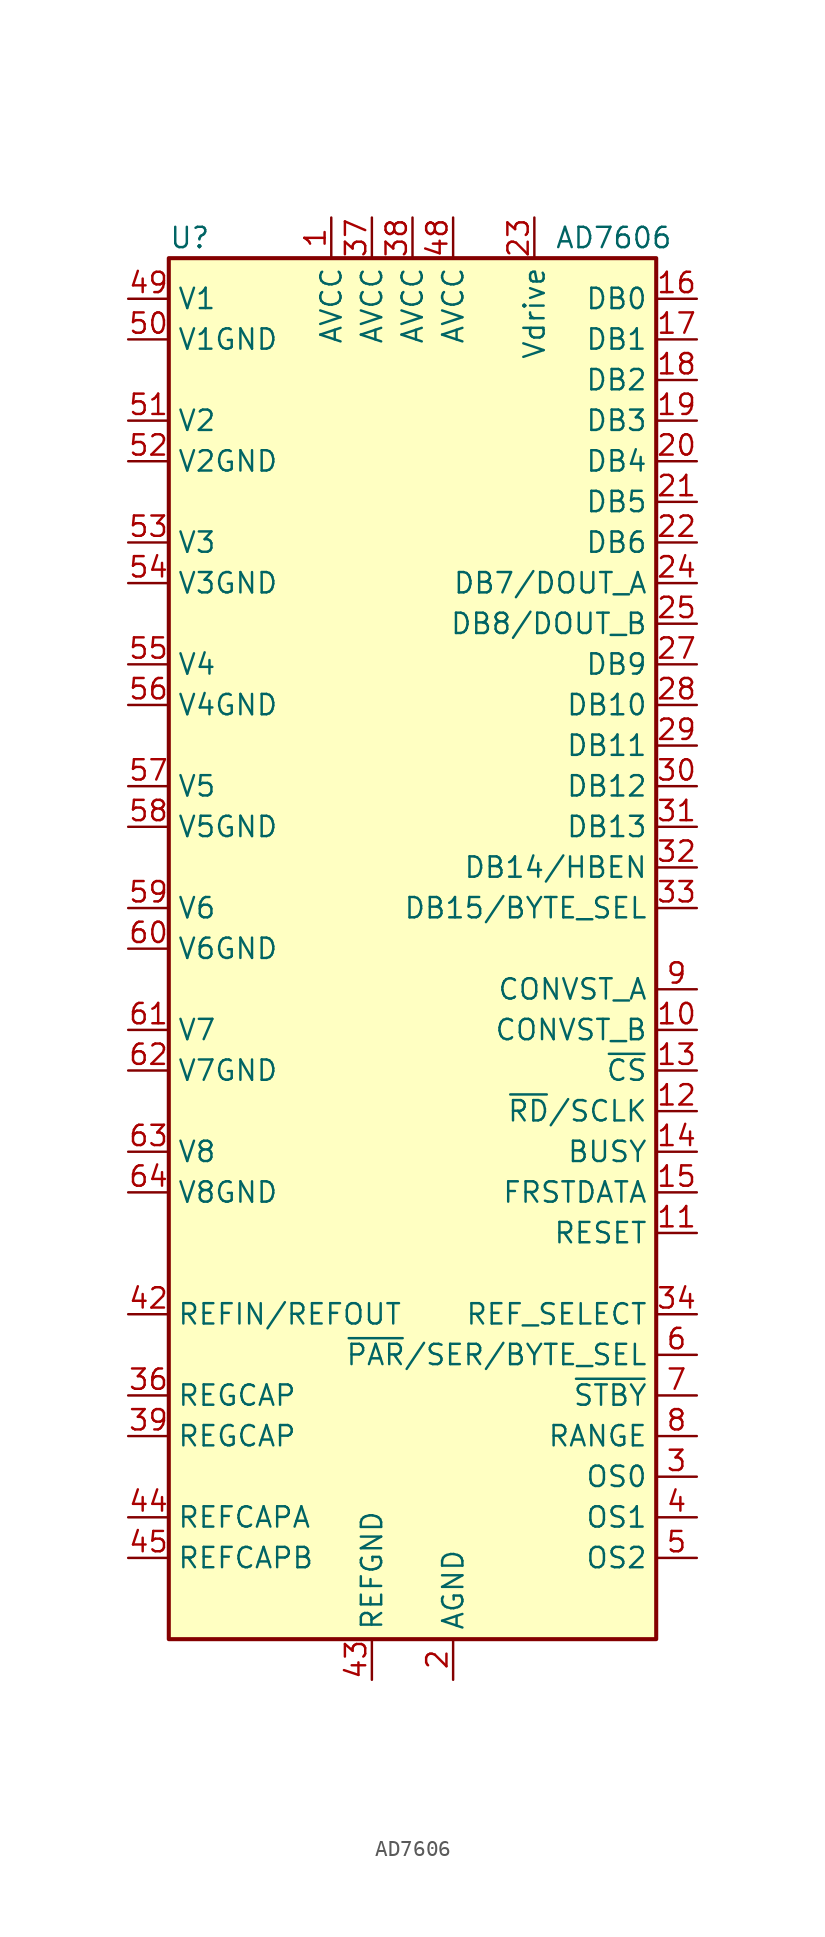
<source format=kicad_sym>
(kicad_symbol_lib
  (version 20211014)
  (generator kicad_symbol_editor)
  (symbol "AD7606"
    (property "Reference" "U"
      (at -15.24 44.45 0)
      (effects (font (size 1.27 1.27)) (justify left)))
    (property "Value" "AD7606"
      (at 8.89 44.45 0)
      (effects (font (size 1.27 1.27)) (justify left)))
    (symbol "AD7606_1_1"
      (rectangle (start -15.24 43.18) (end 15.24 -43.18) (stroke (width 0.254) (type default) (color 0 0 0 0)) (fill (type background)))
      (pin power_in line (at -5.08 45.72 270) (length 2.54) (name "AVCC" (effects (font (size 1.27 1.27)))) (number "1" (effects (font (size 1.27 1.27)))))
      (pin input line (at 17.78 -5.08 180) (length 2.54) (name "CONVST_B" (effects (font (size 1.27 1.27)))) (number "10" (effects (font (size 1.27 1.27)))))
      (pin input line (at 17.78 -17.78 180) (length 2.54) (name "RESET" (effects (font (size 1.27 1.27)))) (number "11" (effects (font (size 1.27 1.27)))))
      (pin input line (at 17.78 -10.16 180) (length 2.54) (name "~{RD}/SCLK" (effects (font (size 1.27 1.27)))) (number "12" (effects (font (size 1.27 1.27)))))
      (pin input line (at 17.78 -7.62 180) (length 2.54) (name "~{CS}" (effects (font (size 1.27 1.27)))) (number "13" (effects (font (size 1.27 1.27)))))
      (pin output line (at 17.78 -12.7 180) (length 2.54) (name "BUSY" (effects (font (size 1.27 1.27)))) (number "14" (effects (font (size 1.27 1.27)))))
      (pin output line (at 17.78 -15.24 180) (length 2.54) (name "FRSTDATA" (effects (font (size 1.27 1.27)))) (number "15" (effects (font (size 1.27 1.27)))))
      (pin output line (at 17.78 40.64 180) (length 2.54) (name "DB0" (effects (font (size 1.27 1.27)))) (number "16" (effects (font (size 1.27 1.27)))))
      (pin output line (at 17.78 38.1 180) (length 2.54) (name "DB1" (effects (font (size 1.27 1.27)))) (number "17" (effects (font (size 1.27 1.27)))))
      (pin output line (at 17.78 35.56 180) (length 2.54) (name "DB2" (effects (font (size 1.27 1.27)))) (number "18" (effects (font (size 1.27 1.27)))))
      (pin output line (at 17.78 33.02 180) (length 2.54) (name "DB3" (effects (font (size 1.27 1.27)))) (number "19" (effects (font (size 1.27 1.27)))))
      (pin power_in line (at 2.54 -45.72 90) (length 2.54) (name "AGND" (effects (font (size 1.27 1.27)))) (number "2" (effects (font (size 1.27 1.27)))))
      (pin output line (at 17.78 30.48 180) (length 2.54) (name "DB4" (effects (font (size 1.27 1.27)))) (number "20" (effects (font (size 1.27 1.27)))))
      (pin output line (at 17.78 27.94 180) (length 2.54) (name "DB5" (effects (font (size 1.27 1.27)))) (number "21" (effects (font (size 1.27 1.27)))))
      (pin output line (at 17.78 25.4 180) (length 2.54) (name "DB6" (effects (font (size 1.27 1.27)))) (number "22" (effects (font (size 1.27 1.27)))))
      (pin power_in line (at 7.62 45.72 270) (length 2.54) (name "Vdrive" (effects (font (size 1.27 1.27)))) (number "23" (effects (font (size 1.27 1.27)))))
      (pin output line (at 17.78 22.86 180) (length 2.54) (name "DB7/DOUT_A" (effects (font (size 1.27 1.27)))) (number "24" (effects (font (size 1.27 1.27)))))
      (pin output line (at 17.78 20.32 180) (length 2.54) (name "DB8/DOUT_B" (effects (font (size 1.27 1.27)))) (number "25" (effects (font (size 1.27 1.27)))))
      (pin passive line (at 2.54 -45.72 90) (length 2.54) hide (name "AGND" (effects (font (size 1.27 1.27)))) (number "26" (effects (font (size 1.27 1.27)))))
      (pin output line (at 17.78 17.78 180) (length 2.54) (name "DB9" (effects (font (size 1.27 1.27)))) (number "27" (effects (font (size 1.27 1.27)))))
      (pin output line (at 17.78 15.24 180) (length 2.54) (name "DB10" (effects (font (size 1.27 1.27)))) (number "28" (effects (font (size 1.27 1.27)))))
      (pin output line (at 17.78 12.7 180) (length 2.54) (name "DB11" (effects (font (size 1.27 1.27)))) (number "29" (effects (font (size 1.27 1.27)))))
      (pin input line (at 17.78 -33.02 180) (length 2.54) (name "OS0" (effects (font (size 1.27 1.27)))) (number "3" (effects (font (size 1.27 1.27)))))
      (pin output line (at 17.78 10.16 180) (length 2.54) (name "DB12" (effects (font (size 1.27 1.27)))) (number "30" (effects (font (size 1.27 1.27)))))
      (pin output line (at 17.78 7.62 180) (length 2.54) (name "DB13" (effects (font (size 1.27 1.27)))) (number "31" (effects (font (size 1.27 1.27)))))
      (pin bidirectional line (at 17.78 5.08 180) (length 2.54) (name "DB14/HBEN" (effects (font (size 1.27 1.27)))) (number "32" (effects (font (size 1.27 1.27)))))
      (pin bidirectional line (at 17.78 2.54 180) (length 2.54) (name "DB15/BYTE_SEL" (effects (font (size 1.27 1.27)))) (number "33" (effects (font (size 1.27 1.27)))))
      (pin input line (at 17.78 -22.86 180) (length 2.54) (name "REF_SELECT" (effects (font (size 1.27 1.27)))) (number "34" (effects (font (size 1.27 1.27)))))
      (pin passive line (at 2.54 -45.72 90) (length 2.54) hide (name "AGND" (effects (font (size 1.27 1.27)))) (number "35" (effects (font (size 1.27 1.27)))))
      (pin passive line (at -17.78 -27.94 0) (length 2.54) (name "REGCAP" (effects (font (size 1.27 1.27)))) (number "36" (effects (font (size 1.27 1.27)))))
      (pin power_in line (at -2.54 45.72 270) (length 2.54) (name "AVCC" (effects (font (size 1.27 1.27)))) (number "37" (effects (font (size 1.27 1.27)))))
      (pin power_in line (at 0 45.72 270) (length 2.54) (name "AVCC" (effects (font (size 1.27 1.27)))) (number "38" (effects (font (size 1.27 1.27)))))
      (pin passive line (at -17.78 -30.48 0) (length 2.54) (name "REGCAP" (effects (font (size 1.27 1.27)))) (number "39" (effects (font (size 1.27 1.27)))))
      (pin input line (at 17.78 -35.56 180) (length 2.54) (name "OS1" (effects (font (size 1.27 1.27)))) (number "4" (effects (font (size 1.27 1.27)))))
      (pin passive line (at 2.54 -45.72 90) (length 2.54) hide (name "AGND" (effects (font (size 1.27 1.27)))) (number "40" (effects (font (size 1.27 1.27)))))
      (pin passive line (at 2.54 -45.72 90) (length 2.54) hide (name "AGND" (effects (font (size 1.27 1.27)))) (number "41" (effects (font (size 1.27 1.27)))))
      (pin passive line (at -17.78 -22.86 0) (length 2.54) (name "REFIN/REFOUT" (effects (font (size 1.27 1.27)))) (number "42" (effects (font (size 1.27 1.27)))))
      (pin power_in line (at -2.54 -45.72 90) (length 2.54) (name "REFGND" (effects (font (size 1.27 1.27)))) (number "43" (effects (font (size 1.27 1.27)))))
      (pin passive line (at -17.78 -35.56 0) (length 2.54) (name "REFCAPA" (effects (font (size 1.27 1.27)))) (number "44" (effects (font (size 1.27 1.27)))))
      (pin passive line (at -17.78 -38.1 0) (length 2.54) (name "REFCAPB" (effects (font (size 1.27 1.27)))) (number "45" (effects (font (size 1.27 1.27)))))
      (pin passive line (at -2.54 -45.72 90) (length 2.54) hide (name "REFGND" (effects (font (size 1.27 1.27)))) (number "46" (effects (font (size 1.27 1.27)))))
      (pin passive line (at 2.54 -45.72 90) (length 2.54) hide (name "AGND" (effects (font (size 1.27 1.27)))) (number "47" (effects (font (size 1.27 1.27)))))
      (pin power_in line (at 2.54 45.72 270) (length 2.54) (name "AVCC" (effects (font (size 1.27 1.27)))) (number "48" (effects (font (size 1.27 1.27)))))
      (pin input line (at -17.78 40.64 0) (length 2.54) (name "V1" (effects (font (size 1.27 1.27)))) (number "49" (effects (font (size 1.27 1.27)))))
      (pin input line (at 17.78 -38.1 180) (length 2.54) (name "OS2" (effects (font (size 1.27 1.27)))) (number "5" (effects (font (size 1.27 1.27)))))
      (pin input line (at -17.78 38.1 0) (length 2.54) (name "V1GND" (effects (font (size 1.27 1.27)))) (number "50" (effects (font (size 1.27 1.27)))))
      (pin input line (at -17.78 33.02 0) (length 2.54) (name "V2" (effects (font (size 1.27 1.27)))) (number "51" (effects (font (size 1.27 1.27)))))
      (pin input line (at -17.78 30.48 0) (length 2.54) (name "V2GND" (effects (font (size 1.27 1.27)))) (number "52" (effects (font (size 1.27 1.27)))))
      (pin input line (at -17.78 25.4 0) (length 2.54) (name "V3" (effects (font (size 1.27 1.27)))) (number "53" (effects (font (size 1.27 1.27)))))
      (pin input line (at -17.78 22.86 0) (length 2.54) (name "V3GND" (effects (font (size 1.27 1.27)))) (number "54" (effects (font (size 1.27 1.27)))))
      (pin input line (at -17.78 17.78 0) (length 2.54) (name "V4" (effects (font (size 1.27 1.27)))) (number "55" (effects (font (size 1.27 1.27)))))
      (pin input line (at -17.78 15.24 0) (length 2.54) (name "V4GND" (effects (font (size 1.27 1.27)))) (number "56" (effects (font (size 1.27 1.27)))))
      (pin input line (at -17.78 10.16 0) (length 2.54) (name "V5" (effects (font (size 1.27 1.27)))) (number "57" (effects (font (size 1.27 1.27)))))
      (pin input line (at -17.78 7.62 0) (length 2.54) (name "V5GND" (effects (font (size 1.27 1.27)))) (number "58" (effects (font (size 1.27 1.27)))))
      (pin input line (at -17.78 2.54 0) (length 2.54) (name "V6" (effects (font (size 1.27 1.27)))) (number "59" (effects (font (size 1.27 1.27)))))
      (pin input line (at 17.78 -25.4 180) (length 2.54) (name "~{PAR}/SER/BYTE_SEL" (effects (font (size 1.27 1.27)))) (number "6" (effects (font (size 1.27 1.27)))))
      (pin input line (at -17.78 0 0) (length 2.54) (name "V6GND" (effects (font (size 1.27 1.27)))) (number "60" (effects (font (size 1.27 1.27)))))
      (pin input line (at -17.78 -5.08 0) (length 2.54) (name "V7" (effects (font (size 1.27 1.27)))) (number "61" (effects (font (size 1.27 1.27)))))
      (pin input line (at -17.78 -7.62 0) (length 2.54) (name "V7GND" (effects (font (size 1.27 1.27)))) (number "62" (effects (font (size 1.27 1.27)))))
      (pin input line (at -17.78 -12.7 0) (length 2.54) (name "V8" (effects (font (size 1.27 1.27)))) (number "63" (effects (font (size 1.27 1.27)))))
      (pin input line (at -17.78 -15.24 0) (length 2.54) (name "V8GND" (effects (font (size 1.27 1.27)))) (number "64" (effects (font (size 1.27 1.27)))))
      (pin input line (at 17.78 -27.94 180) (length 2.54) (name "~{STBY}" (effects (font (size 1.27 1.27)))) (number "7" (effects (font (size 1.27 1.27)))))
      (pin input line (at 17.78 -30.48 180) (length 2.54) (name "RANGE" (effects (font (size 1.27 1.27)))) (number "8" (effects (font (size 1.27 1.27)))))
      (pin input line (at 17.78 -2.54 180) (length 2.54) (name "CONVST_A" (effects (font (size 1.27 1.27)))) (number "9" (effects (font (size 1.27 1.27))))))))
</source>
